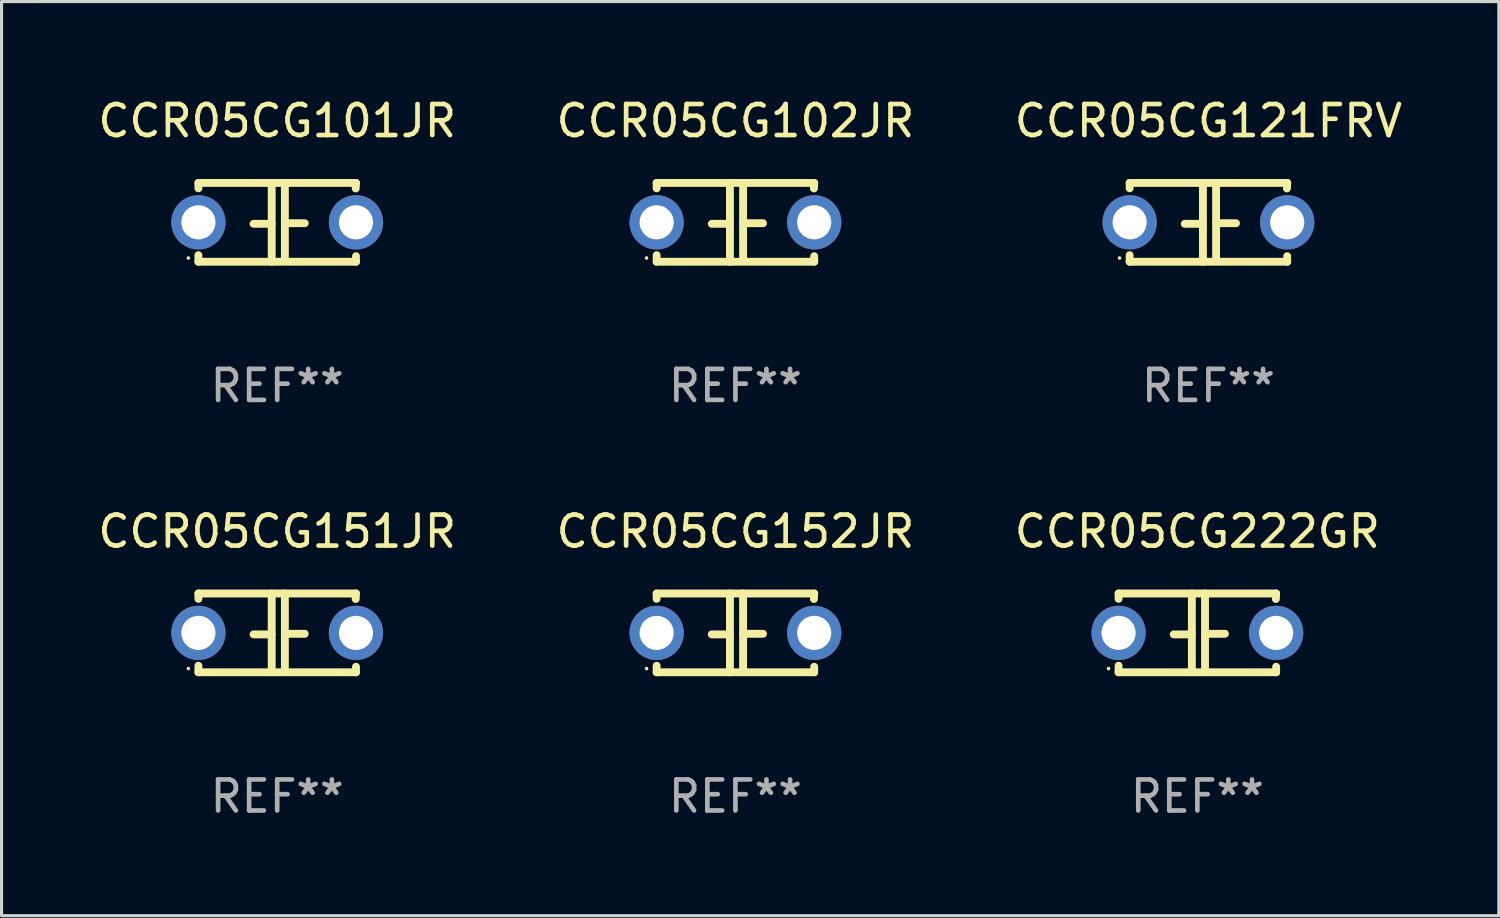
<source format=kicad_pcb>
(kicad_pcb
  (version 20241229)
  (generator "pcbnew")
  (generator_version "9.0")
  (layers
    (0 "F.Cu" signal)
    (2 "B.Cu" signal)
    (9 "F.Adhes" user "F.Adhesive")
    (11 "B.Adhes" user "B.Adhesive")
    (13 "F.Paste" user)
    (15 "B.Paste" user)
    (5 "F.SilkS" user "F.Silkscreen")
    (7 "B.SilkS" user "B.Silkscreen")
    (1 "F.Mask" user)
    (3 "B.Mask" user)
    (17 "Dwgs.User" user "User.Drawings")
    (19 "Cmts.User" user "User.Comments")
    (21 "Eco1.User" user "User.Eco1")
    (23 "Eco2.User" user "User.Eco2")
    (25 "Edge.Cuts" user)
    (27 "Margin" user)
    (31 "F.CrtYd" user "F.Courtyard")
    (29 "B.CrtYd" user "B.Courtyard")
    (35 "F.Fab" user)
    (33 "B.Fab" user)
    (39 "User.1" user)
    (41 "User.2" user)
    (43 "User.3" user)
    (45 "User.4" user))
  (footprint "CCR05CG101JR"
    (layer "F.Cu")
    (at 5.887 4.118)
    (property "Reference" "CCR05CG101JR" (at 0 -3.27 0) (layer "F.SilkS") (effects (font (size 1 1) (thickness 0.15))))
    (attr through_hole)
    (fp_line (start -2.54 -1.27) (end 2.54 -1.27) (stroke (width 0.254) (type solid)) (layer "F.SilkS"))
    (fp_line (start -2.54 -1.097) (end -2.54 -1.27) (stroke (width 0.254) (type solid)) (layer "F.SilkS"))
    (fp_line (start -2.54 1.27) (end -2.54 1.059) (stroke (width 0.254) (type solid)) (layer "F.SilkS"))
    (fp_line (start -0.177 -1.27) (end -0.177 1.27) (stroke (width 0.254) (type solid)) (layer "F.SilkS"))
    (fp_line (start -0.177 0.048) (end -0.762 0.048) (stroke (width 0.254) (type solid)) (layer "F.SilkS"))
    (fp_line (start 0.247 -1.27) (end 0.247 1.143) (stroke (width 0.254) (type solid)) (layer "F.SilkS"))
    (fp_line (start 0.247 0.029) (end 0.889 0.029) (stroke (width 0.254) (type solid)) (layer "F.SilkS"))
    (fp_line (start 2.54 -1.27) (end 2.531 -1.092) (stroke (width 0.254) (type solid)) (layer "F.SilkS"))
    (fp_line (start 2.54 1.092) (end 2.54 1.27) (stroke (width 0.254) (type solid)) (layer "F.SilkS"))
    (fp_line (start 2.54 1.27) (end -2.54 1.27) (stroke (width 0.254) (type solid)) (layer "F.SilkS"))
    (fp_circle (center -2.865 1.15) (end -2.835 1.15) (stroke (width 0.06) (type solid)) (fill no) (layer "F.SilkS"))
    (fp_text user "REF**" (at 0 5.27 0) (layer "F.Fab") (effects (font (size 1 1) (thickness 0.15))))
    (pad "1" thru_hole circle (at -2.54 0) (size 1.75 1.75) (drill 1.1) (layers "*.Cu" "*.Mask"))
    (pad "2" thru_hole circle (at 2.54 0) (size 1.75 1.75) (drill 1.1) (layers "*.Cu" "*.Mask")))
  (footprint "CCR05CG151JR"
    (layer "F.Cu")
    (at 5.887 17.355)
    (property "Reference" "CCR05CG151JR" (at 0 -3.27 0) (layer "F.SilkS") (effects (font (size 1 1) (thickness 0.15))))
    (attr through_hole)
    (fp_line (start -2.54 -1.27) (end 2.54 -1.27) (stroke (width 0.254) (type solid)) (layer "F.SilkS"))
    (fp_line (start -2.54 -1.097) (end -2.54 -1.27) (stroke (width 0.254) (type solid)) (layer "F.SilkS"))
    (fp_line (start -2.54 1.27) (end -2.54 1.059) (stroke (width 0.254) (type solid)) (layer "F.SilkS"))
    (fp_line (start -0.177 -1.27) (end -0.177 1.27) (stroke (width 0.254) (type solid)) (layer "F.SilkS"))
    (fp_line (start -0.177 0.048) (end -0.762 0.048) (stroke (width 0.254) (type solid)) (layer "F.SilkS"))
    (fp_line (start 0.247 -1.27) (end 0.247 1.143) (stroke (width 0.254) (type solid)) (layer "F.SilkS"))
    (fp_line (start 0.247 0.029) (end 0.889 0.029) (stroke (width 0.254) (type solid)) (layer "F.SilkS"))
    (fp_line (start 2.54 -1.27) (end 2.531 -1.092) (stroke (width 0.254) (type solid)) (layer "F.SilkS"))
    (fp_line (start 2.54 1.092) (end 2.54 1.27) (stroke (width 0.254) (type solid)) (layer "F.SilkS"))
    (fp_line (start 2.54 1.27) (end -2.54 1.27) (stroke (width 0.254) (type solid)) (layer "F.SilkS"))
    (fp_circle (center -2.865 1.15) (end -2.835 1.15) (stroke (width 0.06) (type solid)) (fill no) (layer "F.SilkS"))
    (fp_text user "REF**" (at 0 5.27 0) (layer "F.Fab") (effects (font (size 1 1) (thickness 0.15))))
    (pad "1" thru_hole circle (at -2.54 0) (size 1.75 1.75) (drill 1.1) (layers "*.Cu" "*.Mask"))
    (pad "2" thru_hole circle (at 2.54 0) (size 1.75 1.75) (drill 1.1) (layers "*.Cu" "*.Mask")))
  (footprint "CCR05CG222GR"
    (layer "F.Cu")
    (at 35.554 17.355)
    (property "Reference" "CCR05CG222GR" (at 0 -3.27 0) (layer "F.SilkS") (effects (font (size 1 1) (thickness 0.15))))
    (attr through_hole)
    (fp_line (start -2.54 -1.27) (end 2.54 -1.27) (stroke (width 0.254) (type solid)) (layer "F.SilkS"))
    (fp_line (start -2.54 -1.097) (end -2.54 -1.27) (stroke (width 0.254) (type solid)) (layer "F.SilkS"))
    (fp_line (start -2.54 1.27) (end -2.54 1.059) (stroke (width 0.254) (type solid)) (layer "F.SilkS"))
    (fp_line (start -0.177 -1.27) (end -0.177 1.27) (stroke (width 0.254) (type solid)) (layer "F.SilkS"))
    (fp_line (start -0.177 0.048) (end -0.762 0.048) (stroke (width 0.254) (type solid)) (layer "F.SilkS"))
    (fp_line (start 0.247 -1.27) (end 0.247 1.143) (stroke (width 0.254) (type solid)) (layer "F.SilkS"))
    (fp_line (start 0.247 0.029) (end 0.889 0.029) (stroke (width 0.254) (type solid)) (layer "F.SilkS"))
    (fp_line (start 2.54 -1.27) (end 2.531 -1.092) (stroke (width 0.254) (type solid)) (layer "F.SilkS"))
    (fp_line (start 2.54 1.092) (end 2.54 1.27) (stroke (width 0.254) (type solid)) (layer "F.SilkS"))
    (fp_line (start 2.54 1.27) (end -2.54 1.27) (stroke (width 0.254) (type solid)) (layer "F.SilkS"))
    (fp_circle (center -2.865 1.15) (end -2.835 1.15) (stroke (width 0.06) (type solid)) (fill no) (layer "F.SilkS"))
    (fp_text user "REF**" (at 0 5.27 0) (layer "F.Fab") (effects (font (size 1 1) (thickness 0.15))))
    (pad "1" thru_hole circle (at -2.54 0) (size 1.75 1.75) (drill 1.1) (layers "*.Cu" "*.Mask"))
    (pad "2" thru_hole circle (at 2.54 0) (size 1.75 1.75) (drill 1.1) (layers "*.Cu" "*.Mask")))
  (footprint "CCR05CG121FRV"
    (layer "F.Cu")
    (at 35.911 4.118)
    (property "Reference" "CCR05CG121FRV" (at 0 -3.27 0) (layer "F.SilkS") (effects (font (size 1 1) (thickness 0.15))))
    (attr through_hole)
    (fp_line (start -2.54 -1.27) (end 2.54 -1.27) (stroke (width 0.254) (type solid)) (layer "F.SilkS"))
    (fp_line (start -2.54 -1.097) (end -2.54 -1.27) (stroke (width 0.254) (type solid)) (layer "F.SilkS"))
    (fp_line (start -2.54 1.27) (end -2.54 1.059) (stroke (width 0.254) (type solid)) (layer "F.SilkS"))
    (fp_line (start -0.177 -1.27) (end -0.177 1.27) (stroke (width 0.254) (type solid)) (layer "F.SilkS"))
    (fp_line (start -0.177 0.048) (end -0.762 0.048) (stroke (width 0.254) (type solid)) (layer "F.SilkS"))
    (fp_line (start 0.247 -1.27) (end 0.247 1.143) (stroke (width 0.254) (type solid)) (layer "F.SilkS"))
    (fp_line (start 0.247 0.029) (end 0.889 0.029) (stroke (width 0.254) (type solid)) (layer "F.SilkS"))
    (fp_line (start 2.54 -1.27) (end 2.531 -1.092) (stroke (width 0.254) (type solid)) (layer "F.SilkS"))
    (fp_line (start 2.54 1.092) (end 2.54 1.27) (stroke (width 0.254) (type solid)) (layer "F.SilkS"))
    (fp_line (start 2.54 1.27) (end -2.54 1.27) (stroke (width 0.254) (type solid)) (layer "F.SilkS"))
    (fp_circle (center -2.865 1.15) (end -2.835 1.15) (stroke (width 0.06) (type solid)) (fill no) (layer "F.SilkS"))
    (fp_text user "REF**" (at 0 5.27 0) (layer "F.Fab") (effects (font (size 1 1) (thickness 0.15))))
    (pad "1" thru_hole circle (at -2.54 0) (size 1.75 1.75) (drill 1.1) (layers "*.Cu" "*.Mask"))
    (pad "2" thru_hole circle (at 2.54 0) (size 1.75 1.75) (drill 1.1) (layers "*.Cu" "*.Mask")))
  (footprint "CCR05CG152JR"
    (layer "F.Cu")
    (at 20.661 17.355)
    (property "Reference" "CCR05CG152JR" (at 0 -3.27 0) (layer "F.SilkS") (effects (font (size 1 1) (thickness 0.15))))
    (attr through_hole)
    (fp_line (start -2.54 -1.27) (end 2.54 -1.27) (stroke (width 0.254) (type solid)) (layer "F.SilkS"))
    (fp_line (start -2.54 -1.097) (end -2.54 -1.27) (stroke (width 0.254) (type solid)) (layer "F.SilkS"))
    (fp_line (start -2.54 1.27) (end -2.54 1.059) (stroke (width 0.254) (type solid)) (layer "F.SilkS"))
    (fp_line (start -0.177 -1.27) (end -0.177 1.27) (stroke (width 0.254) (type solid)) (layer "F.SilkS"))
    (fp_line (start -0.177 0.048) (end -0.762 0.048) (stroke (width 0.254) (type solid)) (layer "F.SilkS"))
    (fp_line (start 0.247 -1.27) (end 0.247 1.143) (stroke (width 0.254) (type solid)) (layer "F.SilkS"))
    (fp_line (start 0.247 0.029) (end 0.889 0.029) (stroke (width 0.254) (type solid)) (layer "F.SilkS"))
    (fp_line (start 2.54 -1.27) (end 2.531 -1.092) (stroke (width 0.254) (type solid)) (layer "F.SilkS"))
    (fp_line (start 2.54 1.092) (end 2.54 1.27) (stroke (width 0.254) (type solid)) (layer "F.SilkS"))
    (fp_line (start 2.54 1.27) (end -2.54 1.27) (stroke (width 0.254) (type solid)) (layer "F.SilkS"))
    (fp_circle (center -2.865 1.15) (end -2.835 1.15) (stroke (width 0.06) (type solid)) (fill no) (layer "F.SilkS"))
    (fp_text user "REF**" (at 0 5.27 0) (layer "F.Fab") (effects (font (size 1 1) (thickness 0.15))))
    (pad "1" thru_hole circle (at -2.54 0) (size 1.75 1.75) (drill 1.1) (layers "*.Cu" "*.Mask"))
    (pad "2" thru_hole circle (at 2.54 0) (size 1.75 1.75) (drill 1.1) (layers "*.Cu" "*.Mask")))
  (footprint "CCR05CG102JR"
    (layer "F.Cu")
    (at 20.661 4.118)
    (property "Reference" "CCR05CG102JR" (at 0 -3.27 0) (layer "F.SilkS") (effects (font (size 1 1) (thickness 0.15))))
    (attr through_hole)
    (fp_line (start -2.54 -1.27) (end 2.54 -1.27) (stroke (width 0.254) (type solid)) (layer "F.SilkS"))
    (fp_line (start -2.54 -1.097) (end -2.54 -1.27) (stroke (width 0.254) (type solid)) (layer "F.SilkS"))
    (fp_line (start -2.54 1.27) (end -2.54 1.059) (stroke (width 0.254) (type solid)) (layer "F.SilkS"))
    (fp_line (start -0.177 -1.27) (end -0.177 1.27) (stroke (width 0.254) (type solid)) (layer "F.SilkS"))
    (fp_line (start -0.177 0.048) (end -0.762 0.048) (stroke (width 0.254) (type solid)) (layer "F.SilkS"))
    (fp_line (start 0.247 -1.27) (end 0.247 1.143) (stroke (width 0.254) (type solid)) (layer "F.SilkS"))
    (fp_line (start 0.247 0.029) (end 0.889 0.029) (stroke (width 0.254) (type solid)) (layer "F.SilkS"))
    (fp_line (start 2.54 -1.27) (end 2.531 -1.092) (stroke (width 0.254) (type solid)) (layer "F.SilkS"))
    (fp_line (start 2.54 1.092) (end 2.54 1.27) (stroke (width 0.254) (type solid)) (layer "F.SilkS"))
    (fp_line (start 2.54 1.27) (end -2.54 1.27) (stroke (width 0.254) (type solid)) (layer "F.SilkS"))
    (fp_circle (center -2.865 1.15) (end -2.835 1.15) (stroke (width 0.06) (type solid)) (fill no) (layer "F.SilkS"))
    (fp_text user "REF**" (at 0 5.27 0) (layer "F.Fab") (effects (font (size 1 1) (thickness 0.15))))
    (pad "1" thru_hole circle (at -2.54 0) (size 1.75 1.75) (drill 1.1) (layers "*.Cu" "*.Mask"))
    (pad "2" thru_hole circle (at 2.54 0) (size 1.75 1.75) (drill 1.1) (layers "*.Cu" "*.Mask")))
  (gr_rect
    (start -3 -3)
    (end 45.274 26.473)
    (stroke (width 0.1) (type default))
    (fill no)
    (layer "Edge.Cuts")))
</source>
